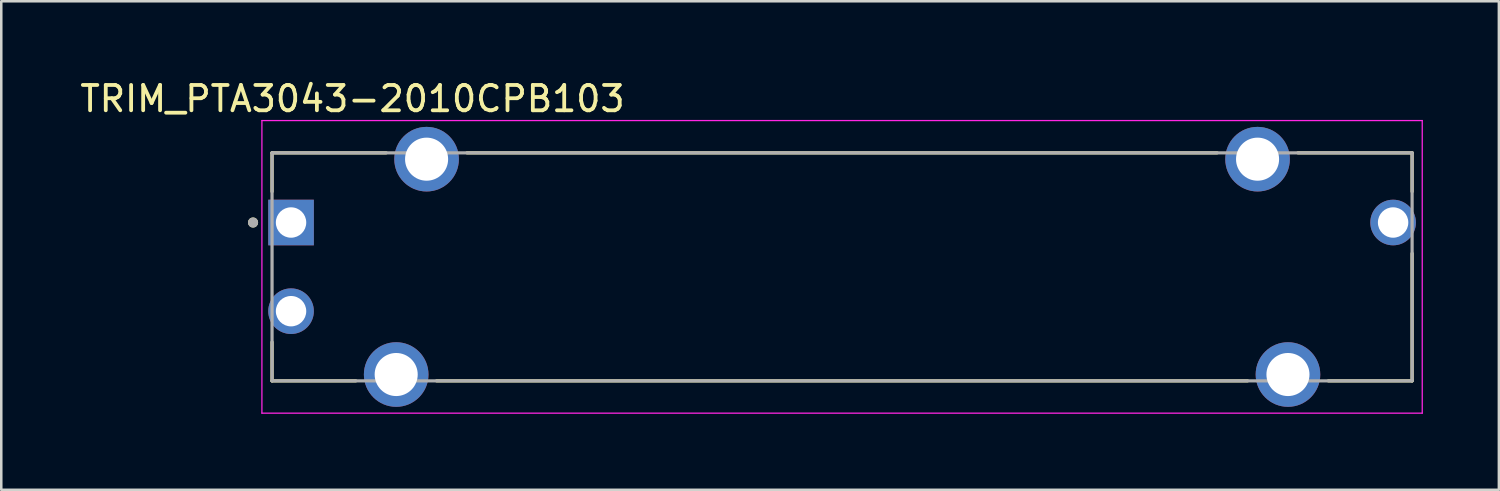
<source format=kicad_pcb>
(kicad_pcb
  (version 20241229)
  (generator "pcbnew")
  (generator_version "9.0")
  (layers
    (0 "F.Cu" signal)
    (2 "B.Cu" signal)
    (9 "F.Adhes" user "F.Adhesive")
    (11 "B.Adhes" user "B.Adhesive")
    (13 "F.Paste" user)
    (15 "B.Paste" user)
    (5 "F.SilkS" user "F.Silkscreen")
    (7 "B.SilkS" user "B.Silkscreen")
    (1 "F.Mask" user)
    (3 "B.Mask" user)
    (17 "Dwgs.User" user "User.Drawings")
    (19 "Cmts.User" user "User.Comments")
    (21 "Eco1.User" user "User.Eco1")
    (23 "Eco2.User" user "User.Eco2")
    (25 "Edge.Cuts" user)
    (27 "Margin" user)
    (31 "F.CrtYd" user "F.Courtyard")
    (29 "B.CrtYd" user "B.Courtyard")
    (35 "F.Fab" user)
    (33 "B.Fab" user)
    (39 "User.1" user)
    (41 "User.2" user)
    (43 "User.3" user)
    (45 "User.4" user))
  (footprint "TRIM_PTA3043-2010CPB103"
    (layer "F.Cu")
    (at 30.188 7.483)
    (property "Reference" "TRIM_PTA3043-2010CPB103" (at -19.325 -6.635 0) (layer "F.SilkS") (effects (font (size 1 1) (thickness 0.15))))
    (attr through_hole)
    (fp_line (start -22.5 -4.5) (end -17.995 -4.5) (stroke (width 0.127) (type solid)) (layer "F.SilkS"))
    (fp_line (start -22.5 -2.97) (end -22.5 -4.5) (stroke (width 0.127) (type solid)) (layer "F.SilkS"))
    (fp_line (start -22.5 4.5) (end -22.5 2.97) (stroke (width 0.127) (type solid)) (layer "F.SilkS"))
    (fp_line (start -19.195 4.5) (end -22.5 4.5) (stroke (width 0.127) (type solid)) (layer "F.SilkS"))
    (fp_line (start -16.005 4.5) (end 16.005 4.5) (stroke (width 0.127) (type solid)) (layer "F.SilkS"))
    (fp_line (start -14.805 -4.5) (end 14.805 -4.5) (stroke (width 0.127) (type solid)) (layer "F.SilkS"))
    (fp_line (start 17.995 -4.5) (end 22.5 -4.5) (stroke (width 0.127) (type solid)) (layer "F.SilkS"))
    (fp_line (start 22.5 -4.5) (end 22.5 -2.97) (stroke (width 0.127) (type solid)) (layer "F.SilkS"))
    (fp_line (start 22.5 4.5) (end 19.195 4.5) (stroke (width 0.127) (type solid)) (layer "F.SilkS"))
    (fp_line (start 22.5 4.5) (end 22.5 -0.53) (stroke (width 0.127) (type solid)) (layer "F.SilkS"))
    (fp_circle (center -23.25 -1.75) (end -23.15 -1.75) (stroke (width 0.2) (type solid)) (fill no) (layer "F.SilkS"))
    (fp_line (start -22.9 -5.775) (end -22.9 5.775) (stroke (width 0.05) (type solid)) (layer "F.CrtYd"))
    (fp_line (start -22.9 5.775) (end 22.9 5.775) (stroke (width 0.05) (type solid)) (layer "F.CrtYd"))
    (fp_line (start 22.9 -5.775) (end -22.9 -5.775) (stroke (width 0.05) (type solid)) (layer "F.CrtYd"))
    (fp_line (start 22.9 5.775) (end 22.9 -5.775) (stroke (width 0.05) (type solid)) (layer "F.CrtYd"))
    (fp_line (start -22.5 -4.5) (end 22.5 -4.5) (stroke (width 0.127) (type solid)) (layer "F.Fab"))
    (fp_line (start -22.5 4.5) (end -22.5 -4.5) (stroke (width 0.127) (type solid)) (layer "F.Fab"))
    (fp_line (start 22.5 -4.5) (end 22.5 4.5) (stroke (width 0.127) (type solid)) (layer "F.Fab"))
    (fp_line (start 22.5 4.5) (end -22.5 4.5) (stroke (width 0.127) (type solid)) (layer "F.Fab"))
    (fp_circle (center -23.25 -1.75) (end -23.15 -1.75) (stroke (width 0.2) (type solid)) (fill no) (layer "F.Fab"))
    (pad "1" thru_hole rect (at -21.75 -1.75) (size 1.8 1.8) (drill 1.2) (layers "*.Cu" "*.Mask"))
    (pad "2" thru_hole circle (at -21.75 1.75) (size 1.8 1.8) (drill 1.2) (layers "*.Cu" "*.Mask"))
    (pad "3" thru_hole circle (at 21.75 -1.75) (size 1.8 1.8) (drill 1.2) (layers "*.Cu" "*.Mask"))
    (pad "SH1" thru_hole circle (at -16.4 -4.25) (size 2.55 2.55) (drill 1.7) (layers "*.Cu" "*.Mask"))
    (pad "SH2" thru_hole circle (at -17.6 4.25) (size 2.55 2.55) (drill 1.7) (layers "*.Cu" "*.Mask"))
    (pad "SH3" thru_hole circle (at 16.4 -4.25) (size 2.55 2.55) (drill 1.7) (layers "*.Cu" "*.Mask"))
    (pad "SH4" thru_hole circle (at 17.6 4.25) (size 2.55 2.55) (drill 1.7) (layers "*.Cu" "*.Mask")))
  (gr_rect
    (start -3 -3)
    (end 56.113 16.283)
    (stroke (width 0.1) (type default))
    (fill no)
    (layer "Edge.Cuts")))
</source>
